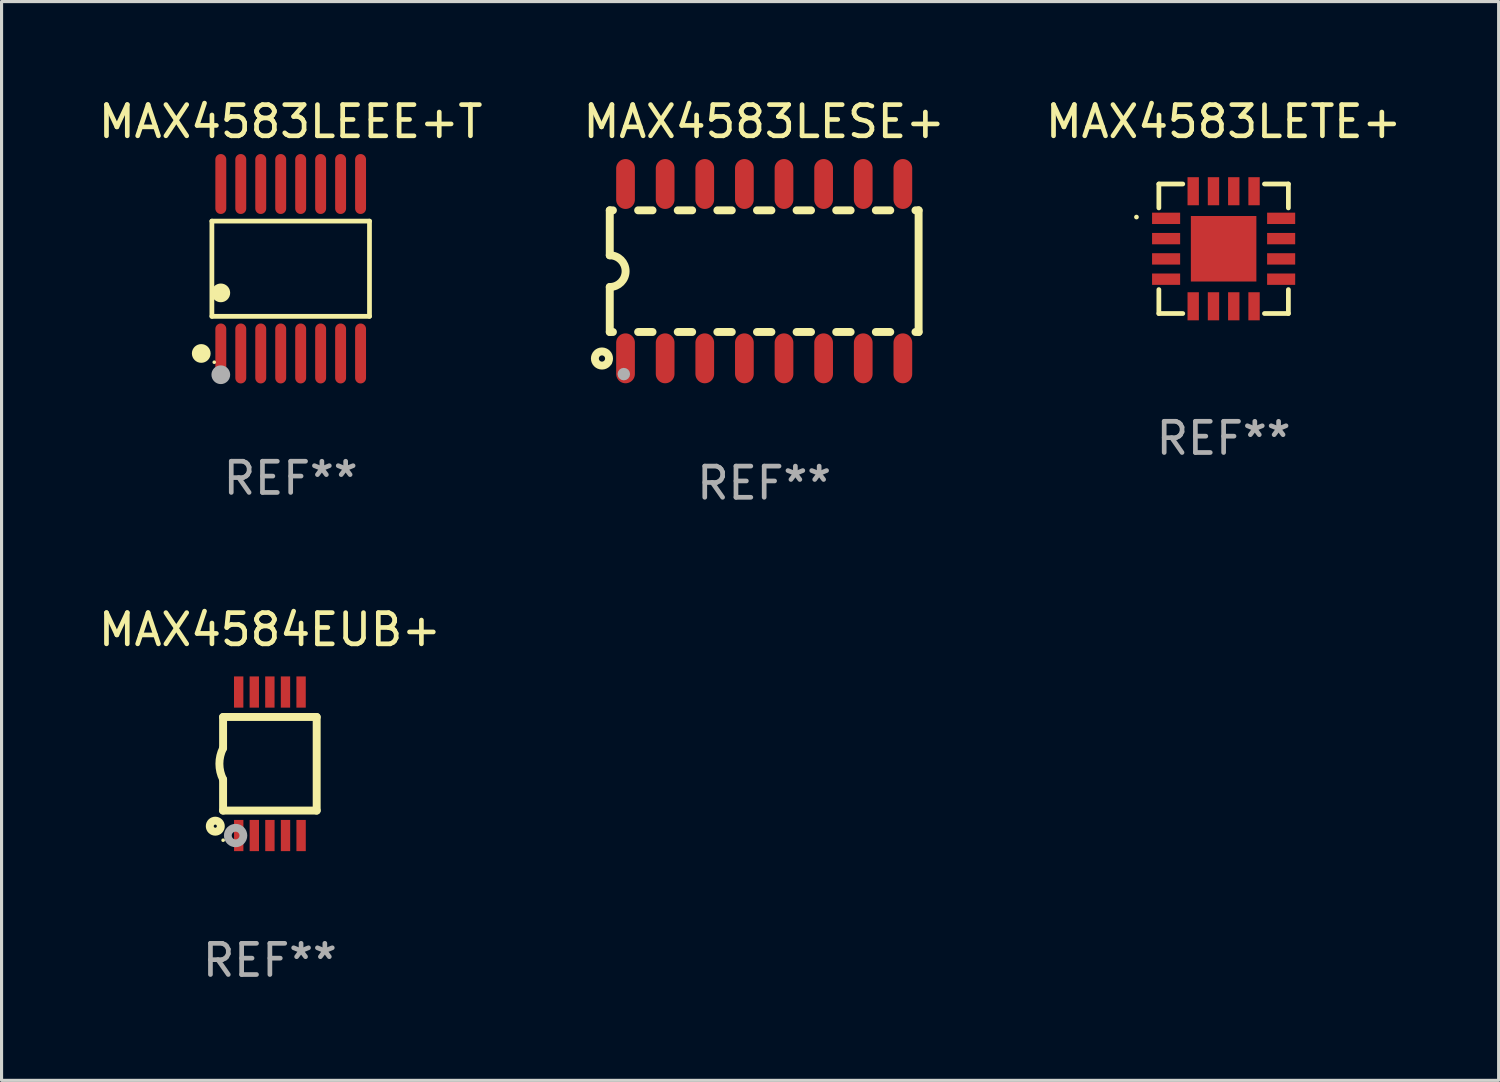
<source format=kicad_pcb>
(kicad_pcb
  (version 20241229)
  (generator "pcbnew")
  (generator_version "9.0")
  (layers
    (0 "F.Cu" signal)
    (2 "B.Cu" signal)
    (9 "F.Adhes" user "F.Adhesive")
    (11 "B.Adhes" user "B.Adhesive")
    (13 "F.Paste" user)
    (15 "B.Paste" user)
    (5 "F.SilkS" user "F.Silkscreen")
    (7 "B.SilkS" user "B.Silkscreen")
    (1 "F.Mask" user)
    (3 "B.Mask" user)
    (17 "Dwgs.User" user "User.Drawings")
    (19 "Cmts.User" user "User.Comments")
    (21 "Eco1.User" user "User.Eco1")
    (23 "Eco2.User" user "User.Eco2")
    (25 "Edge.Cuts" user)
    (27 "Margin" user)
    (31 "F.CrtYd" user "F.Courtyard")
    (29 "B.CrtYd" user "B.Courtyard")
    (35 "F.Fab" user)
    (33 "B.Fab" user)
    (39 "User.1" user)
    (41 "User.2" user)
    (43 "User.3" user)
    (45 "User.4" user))
  (footprint "MAX4583LEEE+T"
    (layer "F.Cu")
    (at 6.268 5.564)
    (property "Reference" "MAX4583LEEE+T" (at 0 -4.716 0) (layer "F.SilkS") (effects (font (size 1 1) (thickness 0.15))))
    (attr through_hole)
    (fp_line (start -2.526 -1.526) (end 2.526 -1.526) (stroke (width 0.152) (type solid)) (layer "F.SilkS"))
    (fp_line (start -2.526 1.526) (end -2.526 -1.526) (stroke (width 0.152) (type solid)) (layer "F.SilkS"))
    (fp_line (start 2.526 -1.526) (end 2.526 1.526) (stroke (width 0.152) (type solid)) (layer "F.SilkS"))
    (fp_line (start 2.526 1.526) (end -2.526 1.526) (stroke (width 0.152) (type solid)) (layer "F.SilkS"))
    (fp_circle (center -2.867 2.716) (end -2.717 2.716) (stroke (width 0.3) (type solid)) (fill no) (layer "F.SilkS"))
    (fp_circle (center -2.45 2.997) (end -2.42 2.997) (stroke (width 0.06) (type solid)) (fill no) (layer "F.SilkS"))
    (fp_circle (center -2.24 0.774) (end -2.09 0.774) (stroke (width 0.3) (type solid)) (fill no) (layer "F.SilkS"))
    (fp_circle (center -2.24 3.398) (end -2.09 3.398) (stroke (width 0.3) (type solid)) (fill no) (layer "F.Fab"))
    (fp_text user "REF**" (at 0 6.716 0) (layer "F.Fab") (effects (font (size 1 1) (thickness 0.15))))
    (pad "1" smd oval (at -2.24 2.716) (size 0.35 1.922) (layers "F.Cu" "F.Mask" "F.Paste"))
    (pad "2" smd oval (at -1.6 2.716) (size 0.35 1.922) (layers "F.Cu" "F.Mask" "F.Paste"))
    (pad "3" smd oval (at -0.96 2.716) (size 0.35 1.922) (layers "F.Cu" "F.Mask" "F.Paste"))
    (pad "4" smd oval (at -0.32 2.716) (size 0.35 1.922) (layers "F.Cu" "F.Mask" "F.Paste"))
    (pad "5" smd oval (at 0.32 2.716) (size 0.35 1.922) (layers "F.Cu" "F.Mask" "F.Paste"))
    (pad "6" smd oval (at 0.96 2.716) (size 0.35 1.922) (layers "F.Cu" "F.Mask" "F.Paste"))
    (pad "7" smd oval (at 1.6 2.716) (size 0.35 1.922) (layers "F.Cu" "F.Mask" "F.Paste"))
    (pad "8" smd oval (at 2.24 2.716) (size 0.35 1.922) (layers "F.Cu" "F.Mask" "F.Paste"))
    (pad "9" smd oval (at 2.24 -2.716) (size 0.35 1.922) (layers "F.Cu" "F.Mask" "F.Paste"))
    (pad "10" smd oval (at 1.6 -2.716) (size 0.35 1.922) (layers "F.Cu" "F.Mask" "F.Paste"))
    (pad "11" smd oval (at 0.96 -2.716) (size 0.35 1.922) (layers "F.Cu" "F.Mask" "F.Paste"))
    (pad "12" smd oval (at 0.32 -2.716) (size 0.35 1.922) (layers "F.Cu" "F.Mask" "F.Paste"))
    (pad "13" smd oval (at -0.32 -2.716) (size 0.35 1.922) (layers "F.Cu" "F.Mask" "F.Paste"))
    (pad "14" smd oval (at -0.96 -2.716) (size 0.35 1.922) (layers "F.Cu" "F.Mask" "F.Paste"))
    (pad "15" smd oval (at -1.6 -2.716) (size 0.35 1.922) (layers "F.Cu" "F.Mask" "F.Paste"))
    (pad "16" smd oval (at -2.24 -2.716) (size 0.35 1.922) (layers "F.Cu" "F.Mask" "F.Paste")))
  (footprint "MAX4583LETE+"
    (layer "F.Cu")
    (at 36.173 4.924)
    (property "Reference" "MAX4583LETE+" (at 0 -4.076 0) (layer "F.SilkS") (effects (font (size 1 1) (thickness 0.15))))
    (attr through_hole)
    (fp_line (start -2.076 -2.076) (end -1.309 -2.076) (stroke (width 0.152) (type solid)) (layer "F.SilkS"))
    (fp_line (start -2.076 -1.309) (end -2.076 -2.076) (stroke (width 0.152) (type solid)) (layer "F.SilkS"))
    (fp_line (start -2.076 1.309) (end -2.076 2.076) (stroke (width 0.152) (type solid)) (layer "F.SilkS"))
    (fp_line (start -2.076 2.076) (end -1.309 2.076) (stroke (width 0.152) (type solid)) (layer "F.SilkS"))
    (fp_line (start 2.076 -2.076) (end 1.309 -2.076) (stroke (width 0.152) (type solid)) (layer "F.SilkS"))
    (fp_line (start 2.076 -1.309) (end 2.076 -2.076) (stroke (width 0.152) (type solid)) (layer "F.SilkS"))
    (fp_line (start 2.076 1.309) (end 2.076 2.076) (stroke (width 0.152) (type solid)) (layer "F.SilkS"))
    (fp_line (start 2.076 2.076) (end 1.309 2.076) (stroke (width 0.152) (type solid)) (layer "F.SilkS"))
    (fp_circle (center -2.794 -1.016) (end -2.756 -1.016) (stroke (width 0.075) (type solid)) (fill no) (layer "F.SilkS"))
    (fp_text user "REF**" (at 0 6.076 0) (layer "F.Fab") (effects (font (size 1 1) (thickness 0.15))))
    (pad "1" smd rect (at -1.844 -0.975) (size 0.9 0.364) (layers "F.Cu" "F.Mask" "F.Paste"))
    (pad "2" smd rect (at -1.844 -0.325) (size 0.9 0.364) (layers "F.Cu" "F.Mask" "F.Paste"))
    (pad "3" smd rect (at -1.844 0.325) (size 0.9 0.364) (layers "F.Cu" "F.Mask" "F.Paste"))
    (pad "4" smd rect (at -1.844 0.975) (size 0.9 0.364) (layers "F.Cu" "F.Mask" "F.Paste"))
    (pad "5" smd rect (at -0.975 1.844) (size 0.364 0.9) (layers "F.Cu" "F.Mask" "F.Paste"))
    (pad "6" smd rect (at -0.325 1.844) (size 0.364 0.9) (layers "F.Cu" "F.Mask" "F.Paste"))
    (pad "7" smd rect (at 0.325 1.844) (size 0.364 0.9) (layers "F.Cu" "F.Mask" "F.Paste"))
    (pad "8" smd rect (at 0.975 1.844) (size 0.364 0.9) (layers "F.Cu" "F.Mask" "F.Paste"))
    (pad "9" smd rect (at 1.844 0.975) (size 0.9 0.364) (layers "F.Cu" "F.Mask" "F.Paste"))
    (pad "10" smd rect (at 1.844 0.325) (size 0.9 0.364) (layers "F.Cu" "F.Mask" "F.Paste"))
    (pad "11" smd rect (at 1.844 -0.325) (size 0.9 0.364) (layers "F.Cu" "F.Mask" "F.Paste"))
    (pad "12" smd rect (at 1.844 -0.975) (size 0.9 0.364) (layers "F.Cu" "F.Mask" "F.Paste"))
    (pad "13" smd rect (at 0.975 -1.844) (size 0.364 0.9) (layers "F.Cu" "F.Mask" "F.Paste"))
    (pad "14" smd rect (at 0.325 -1.844) (size 0.364 0.9) (layers "F.Cu" "F.Mask" "F.Paste"))
    (pad "15" smd rect (at -0.325 -1.844) (size 0.364 0.9) (layers "F.Cu" "F.Mask" "F.Paste"))
    (pad "16" smd rect (at -0.975 -1.844) (size 0.364 0.9) (layers "F.Cu" "F.Mask" "F.Paste"))
    (pad "17" smd rect (at 0 0) (size 2.1 2.1) (layers "F.Cu" "F.Mask" "F.Paste")))
  (footprint "MAX4583LESE+"
    (layer "F.Cu")
    (at 21.446 5.642)
    (property "Reference" "MAX4583LESE+" (at 0 -4.794 0) (layer "F.SilkS") (effects (font (size 1 1) (thickness 0.15))))
    (attr through_hole)
    (fp_line (start -4.95 -1.95) (end -4.95 -0.508) (stroke (width 0.254) (type solid)) (layer "F.SilkS"))
    (fp_line (start -4.95 -1.95) (end -4.849 -1.95) (stroke (width 0.254) (type solid)) (layer "F.SilkS"))
    (fp_line (start -4.95 1.95) (end -4.95 0.508) (stroke (width 0.254) (type solid)) (layer "F.SilkS"))
    (fp_line (start -4.95 1.95) (end -4.849 1.95) (stroke (width 0.254) (type solid)) (layer "F.SilkS"))
    (fp_line (start -4.041 -1.95) (end -3.579 -1.95) (stroke (width 0.254) (type solid)) (layer "F.SilkS"))
    (fp_line (start -4.041 1.95) (end -3.579 1.95) (stroke (width 0.254) (type solid)) (layer "F.SilkS"))
    (fp_line (start -2.771 -1.95) (end -2.309 -1.95) (stroke (width 0.254) (type solid)) (layer "F.SilkS"))
    (fp_line (start -2.771 1.95) (end -2.309 1.95) (stroke (width 0.254) (type solid)) (layer "F.SilkS"))
    (fp_line (start -1.501 -1.95) (end -1.039 -1.95) (stroke (width 0.254) (type solid)) (layer "F.SilkS"))
    (fp_line (start -1.501 1.95) (end -1.039 1.95) (stroke (width 0.254) (type solid)) (layer "F.SilkS"))
    (fp_line (start -0.231 -1.95) (end 0.231 -1.95) (stroke (width 0.254) (type solid)) (layer "F.SilkS"))
    (fp_line (start -0.231 1.95) (end 0.231 1.95) (stroke (width 0.254) (type solid)) (layer "F.SilkS"))
    (fp_line (start 1.039 -1.95) (end 1.501 -1.95) (stroke (width 0.254) (type solid)) (layer "F.SilkS"))
    (fp_line (start 1.039 1.95) (end 1.501 1.95) (stroke (width 0.254) (type solid)) (layer "F.SilkS"))
    (fp_line (start 2.309 -1.95) (end 2.771 -1.95) (stroke (width 0.254) (type solid)) (layer "F.SilkS"))
    (fp_line (start 2.309 1.95) (end 2.771 1.95) (stroke (width 0.254) (type solid)) (layer "F.SilkS"))
    (fp_line (start 3.579 -1.95) (end 4.041 -1.95) (stroke (width 0.254) (type solid)) (layer "F.SilkS"))
    (fp_line (start 3.579 1.95) (end 4.041 1.95) (stroke (width 0.254) (type solid)) (layer "F.SilkS"))
    (fp_line (start 4.849 -1.95) (end 4.95 -1.95) (stroke (width 0.254) (type solid)) (layer "F.SilkS"))
    (fp_line (start 4.849 1.95) (end 4.95 1.95) (stroke (width 0.254) (type solid)) (layer "F.SilkS"))
    (fp_line (start 4.95 -1.95) (end 4.95 1.95) (stroke (width 0.254) (type solid)) (layer "F.SilkS"))
    (fp_arc (start -4.95047 -0.508001) (mid -4.442469 -0.000228) (end -4.950013 0.508001) (stroke (width 0.254001) (type solid)) (layer "F.SilkS"))
    (fp_circle (center -5.2 2.8) (end -5.1 2.8) (stroke (width 0.254) (type solid)) (fill no) (layer "F.SilkS"))
    (fp_circle (center -4.95 2.947) (end -4.92 2.947) (stroke (width 0.06) (type solid)) (fill no) (layer "F.SilkS"))
    (fp_circle (center -4.5 3.3) (end -4.4 3.3) (stroke (width 0.2) (type solid)) (fill no) (layer "F.Fab"))
    (fp_text user "REF**" (at 0 6.794 0) (layer "F.Fab") (effects (font (size 1 1) (thickness 0.15))))
    (pad "1" smd oval (at -4.445 2.794) (size 0.6 1.6) (layers "F.Cu" "F.Mask" "F.Paste"))
    (pad "2" smd oval (at -3.175 2.794) (size 0.6 1.6) (layers "F.Cu" "F.Mask" "F.Paste"))
    (pad "3" smd oval (at -1.905 2.794) (size 0.6 1.6) (layers "F.Cu" "F.Mask" "F.Paste"))
    (pad "4" smd oval (at -0.635 2.794) (size 0.6 1.6) (layers "F.Cu" "F.Mask" "F.Paste"))
    (pad "5" smd oval (at 0.635 2.794) (size 0.6 1.6) (layers "F.Cu" "F.Mask" "F.Paste"))
    (pad "6" smd oval (at 1.905 2.794) (size 0.6 1.6) (layers "F.Cu" "F.Mask" "F.Paste"))
    (pad "7" smd oval (at 3.175 2.794) (size 0.6 1.6) (layers "F.Cu" "F.Mask" "F.Paste"))
    (pad "8" smd oval (at 4.445 2.794) (size 0.6 1.6) (layers "F.Cu" "F.Mask" "F.Paste"))
    (pad "9" smd oval (at 4.445 -2.794) (size 0.6 1.6) (layers "F.Cu" "F.Mask" "F.Paste"))
    (pad "10" smd oval (at 3.175 -2.794) (size 0.6 1.6) (layers "F.Cu" "F.Mask" "F.Paste"))
    (pad "11" smd oval (at 1.905 -2.794) (size 0.6 1.6) (layers "F.Cu" "F.Mask" "F.Paste"))
    (pad "12" smd oval (at 0.635 -2.794) (size 0.6 1.6) (layers "F.Cu" "F.Mask" "F.Paste"))
    (pad "13" smd oval (at -0.635 -2.794) (size 0.6 1.6) (layers "F.Cu" "F.Mask" "F.Paste"))
    (pad "14" smd oval (at -1.905 -2.794) (size 0.6 1.6) (layers "F.Cu" "F.Mask" "F.Paste"))
    (pad "15" smd oval (at -3.175 -2.794) (size 0.6 1.6) (layers "F.Cu" "F.Mask" "F.Paste"))
    (pad "16" smd oval (at -4.445 -2.794) (size 0.6 1.6) (layers "F.Cu" "F.Mask" "F.Paste")))
  (footprint "MAX4584EUB+"
    (layer "F.Cu")
    (at 5.601 21.433)
    (property "Reference" "MAX4584EUB+" (at 0 -4.3 0) (layer "F.SilkS") (effects (font (size 1 1) (thickness 0.15))))
    (attr through_hole)
    (fp_line (start -1.5 -1.5) (end -1.5 -0.5) (stroke (width 0.254) (type solid)) (layer "F.SilkS"))
    (fp_line (start -1.5 1.5) (end -1.5 0.5) (stroke (width 0.254) (type solid)) (layer "F.SilkS"))
    (fp_line (start -1.5 1.5) (end 1.5 1.5) (stroke (width 0.254) (type solid)) (layer "F.SilkS"))
    (fp_line (start 1.5 1.5) (end 1.5 -1.5) (stroke (width 0.254) (type solid)) (layer "F.SilkS"))
    (fp_line (start 1.5 -1.5) (end -1.5 -1.5) (stroke (width 0.254) (type solid)) (layer "F.SilkS"))
    (fp_arc (start -1.500165 0.5) (mid -1.618199 0) (end -1.500165 -0.5) (stroke (width 0.254001) (type solid)) (layer "F.SilkS"))
    (fp_circle (center -1.75 2) (end -1.573 2) (stroke (width 0.254) (type solid)) (fill no) (layer "F.SilkS"))
    (fp_circle (center -1.499 2.45) (end -1.469 2.45) (stroke (width 0.06) (type solid)) (fill no) (layer "F.SilkS"))
    (fp_circle (center -1.099 2.3) (end -0.975 2.3) (stroke (width 0.25) (type solid)) (fill no) (layer "F.Fab"))
    (fp_text user "REF**" (at 0 6.3 0) (layer "F.Fab") (effects (font (size 1 1) (thickness 0.15))))
    (pad "1" smd rect (at -0.999 2.3 180) (size 0.3 1) (layers "F.Cu" "F.Mask" "F.Paste"))
    (pad "2" smd rect (at -0.499 2.3 180) (size 0.3 1) (layers "F.Cu" "F.Mask" "F.Paste"))
    (pad "3" smd rect (at 0.001 2.3 180) (size 0.3 1) (layers "F.Cu" "F.Mask" "F.Paste"))
    (pad "4" smd rect (at 0.501 2.3 180) (size 0.3 1) (layers "F.Cu" "F.Mask" "F.Paste"))
    (pad "5" smd rect (at 1.001 2.3 180) (size 0.3 1) (layers "F.Cu" "F.Mask" "F.Paste"))
    (pad "6" smd rect (at 1 -2.3 180) (size 0.3 1) (layers "F.Cu" "F.Mask" "F.Paste"))
    (pad "7" smd rect (at 0.5 -2.3 180) (size 0.3 1) (layers "F.Cu" "F.Mask" "F.Paste"))
    (pad "8" smd rect (at -0.000165 -2.3 180) (size 0.3 1) (layers "F.Cu" "F.Mask" "F.Paste"))
    (pad "9" smd rect (at -0.5 -2.3 180) (size 0.3 1) (layers "F.Cu" "F.Mask" "F.Paste"))
    (pad "10" smd rect (at -1 -2.3 180) (size 0.3 1) (layers "F.Cu" "F.Mask" "F.Paste")))
  (gr_rect
    (start -3 -3)
    (end 44.988 31.581)
    (stroke (width 0.1) (type default))
    (fill no)
    (layer "Edge.Cuts")))
</source>
